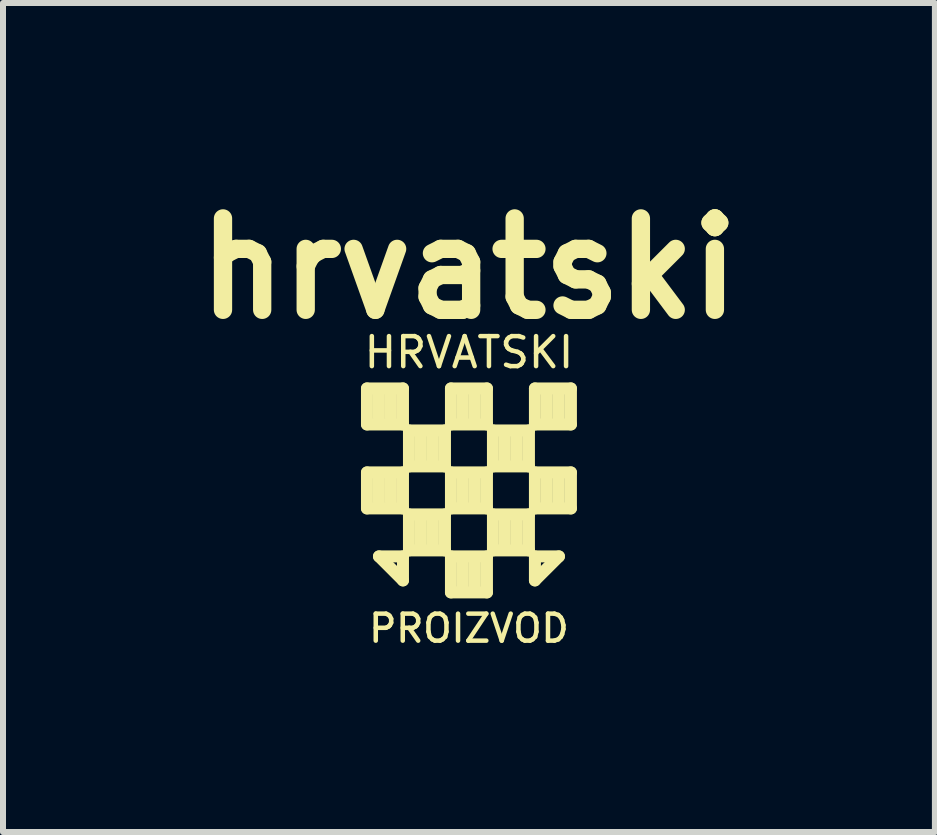
<source format=kicad_pcb>
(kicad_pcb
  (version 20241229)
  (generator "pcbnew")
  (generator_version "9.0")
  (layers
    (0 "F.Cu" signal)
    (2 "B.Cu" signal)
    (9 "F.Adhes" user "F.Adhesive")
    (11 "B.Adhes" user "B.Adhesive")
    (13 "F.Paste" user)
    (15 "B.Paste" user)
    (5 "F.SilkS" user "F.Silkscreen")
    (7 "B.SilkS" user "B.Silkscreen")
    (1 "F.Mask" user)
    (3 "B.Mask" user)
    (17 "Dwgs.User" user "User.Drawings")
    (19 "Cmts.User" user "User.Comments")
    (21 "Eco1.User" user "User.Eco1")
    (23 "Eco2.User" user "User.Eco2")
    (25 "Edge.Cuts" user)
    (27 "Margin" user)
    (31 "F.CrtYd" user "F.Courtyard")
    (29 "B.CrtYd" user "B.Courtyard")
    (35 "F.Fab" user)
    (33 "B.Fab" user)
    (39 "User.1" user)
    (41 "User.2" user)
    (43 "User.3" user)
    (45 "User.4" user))
  (footprint "hrvatski"
    (layer "F.Cu")
    (at 4.768 5.126)
    (property "Reference" "hrvatski" (at 0 -3.7 0) (layer "F.SilkS") (effects (font (size 1.524 1.524) (thickness 0.305))))
    (attr through_hole)
    (fp_line (start -1.7 -1.7) (end -1.1 -1.7) (stroke (width 0.2) (type solid)) (layer "F.SilkS"))
    (fp_line (start -1.7 -1.1) (end -1.7 -1.7) (stroke (width 0.2) (type solid)) (layer "F.SilkS"))
    (fp_line (start -1.7 -0.3) (end -1.1 -0.3) (stroke (width 0.2) (type solid)) (layer "F.SilkS"))
    (fp_line (start -1.7 0.3) (end -1.7 -0.3) (stroke (width 0.2) (type solid)) (layer "F.SilkS"))
    (fp_line (start -1.5 -1.2) (end -1.5 -1.6) (stroke (width 0.2) (type solid)) (layer "F.SilkS"))
    (fp_line (start -1.5 0.2) (end -1.5 -0.2) (stroke (width 0.2) (type solid)) (layer "F.SilkS"))
    (fp_line (start -1.5 1.1) (end -1.1 1.1) (stroke (width 0.2) (type solid)) (layer "F.SilkS"))
    (fp_line (start -1.3 -1.6) (end -1.3 -1.2) (stroke (width 0.2) (type solid)) (layer "F.SilkS"))
    (fp_line (start -1.3 -0.2) (end -1.3 0.2) (stroke (width 0.2) (type solid)) (layer "F.SilkS"))
    (fp_line (start -1.1 -1.7) (end -1.1 -1.1) (stroke (width 0.2) (type solid)) (layer "F.SilkS"))
    (fp_line (start -1.1 -1.1) (end -1.7 -1.1) (stroke (width 0.2) (type solid)) (layer "F.SilkS"))
    (fp_line (start -1.1 -0.3) (end -1.1 0.3) (stroke (width 0.2) (type solid)) (layer "F.SilkS"))
    (fp_line (start -1.1 0.3) (end -1.7 0.3) (stroke (width 0.2) (type solid)) (layer "F.SilkS"))
    (fp_line (start -1.1 1.1) (end -1.1 1.5) (stroke (width 0.2) (type solid)) (layer "F.SilkS"))
    (fp_line (start -1.1 1.5) (end -1.5 1.1) (stroke (width 0.2) (type solid)) (layer "F.SilkS"))
    (fp_line (start -1 -1) (end -1 -0.4) (stroke (width 0.2) (type solid)) (layer "F.SilkS"))
    (fp_line (start -1 -0.4) (end -0.4 -0.4) (stroke (width 0.2) (type solid)) (layer "F.SilkS"))
    (fp_line (start -1 0.4) (end -0.4 0.4) (stroke (width 0.2) (type solid)) (layer "F.SilkS"))
    (fp_line (start -1 1) (end -1 0.4) (stroke (width 0.2) (type solid)) (layer "F.SilkS"))
    (fp_line (start -0.8 -0.5) (end -0.8 -0.9) (stroke (width 0.2) (type solid)) (layer "F.SilkS"))
    (fp_line (start -0.8 0.9) (end -0.8 0.5) (stroke (width 0.2) (type solid)) (layer "F.SilkS"))
    (fp_line (start -0.6 -0.9) (end -0.6 -0.5) (stroke (width 0.2) (type solid)) (layer "F.SilkS"))
    (fp_line (start -0.6 0.5) (end -0.6 0.9) (stroke (width 0.2) (type solid)) (layer "F.SilkS"))
    (fp_line (start -0.4 -1) (end -1 -1) (stroke (width 0.2) (type solid)) (layer "F.SilkS"))
    (fp_line (start -0.4 -0.4) (end -0.4 -1) (stroke (width 0.2) (type solid)) (layer "F.SilkS"))
    (fp_line (start -0.4 0.4) (end -0.4 1) (stroke (width 0.2) (type solid)) (layer "F.SilkS"))
    (fp_line (start -0.4 1) (end -1 1) (stroke (width 0.2) (type solid)) (layer "F.SilkS"))
    (fp_line (start -0.3 -1.7) (end 0.3 -1.7) (stroke (width 0.2) (type solid)) (layer "F.SilkS"))
    (fp_line (start -0.3 -1.1) (end -0.3 -1.7) (stroke (width 0.2) (type solid)) (layer "F.SilkS"))
    (fp_line (start -0.3 -0.3) (end -0.3 0.3) (stroke (width 0.2) (type solid)) (layer "F.SilkS"))
    (fp_line (start -0.3 0.3) (end 0.3 0.3) (stroke (width 0.2) (type solid)) (layer "F.SilkS"))
    (fp_line (start -0.3 1.1) (end -0.3 1.7) (stroke (width 0.2) (type solid)) (layer "F.SilkS"))
    (fp_line (start -0.3 1.7) (end 0.3 1.7) (stroke (width 0.2) (type solid)) (layer "F.SilkS"))
    (fp_line (start -0.1 -1.2) (end -0.1 -1.6) (stroke (width 0.2) (type solid)) (layer "F.SilkS"))
    (fp_line (start -0.1 0.2) (end -0.1 -0.2) (stroke (width 0.2) (type solid)) (layer "F.SilkS"))
    (fp_line (start -0.1 1.6) (end -0.1 1.2) (stroke (width 0.2) (type solid)) (layer "F.SilkS"))
    (fp_line (start 0.1 -1.6) (end 0.1 -1.2) (stroke (width 0.2) (type solid)) (layer "F.SilkS"))
    (fp_line (start 0.1 -0.2) (end 0.1 0.2) (stroke (width 0.2) (type solid)) (layer "F.SilkS"))
    (fp_line (start 0.1 1.2) (end 0.1 1.6) (stroke (width 0.2) (type solid)) (layer "F.SilkS"))
    (fp_line (start 0.3 -1.7) (end 0.3 -1.1) (stroke (width 0.2) (type solid)) (layer "F.SilkS"))
    (fp_line (start 0.3 -1.1) (end -0.3 -1.1) (stroke (width 0.2) (type solid)) (layer "F.SilkS"))
    (fp_line (start 0.3 -0.3) (end -0.3 -0.3) (stroke (width 0.2) (type solid)) (layer "F.SilkS"))
    (fp_line (start 0.3 0.3) (end 0.3 -0.3) (stroke (width 0.2) (type solid)) (layer "F.SilkS"))
    (fp_line (start 0.3 1.1) (end -0.3 1.1) (stroke (width 0.2) (type solid)) (layer "F.SilkS"))
    (fp_line (start 0.3 1.7) (end 0.3 1.1) (stroke (width 0.2) (type solid)) (layer "F.SilkS"))
    (fp_line (start 0.4 -1) (end 0.4 -0.4) (stroke (width 0.2) (type solid)) (layer "F.SilkS"))
    (fp_line (start 0.4 -0.4) (end 1 -0.4) (stroke (width 0.2) (type solid)) (layer "F.SilkS"))
    (fp_line (start 0.4 0.4) (end 1 0.4) (stroke (width 0.2) (type solid)) (layer "F.SilkS"))
    (fp_line (start 0.4 1) (end 0.4 0.4) (stroke (width 0.2) (type solid)) (layer "F.SilkS"))
    (fp_line (start 0.6 -0.5) (end 0.6 -0.9) (stroke (width 0.2) (type solid)) (layer "F.SilkS"))
    (fp_line (start 0.6 0.9) (end 0.6 0.5) (stroke (width 0.2) (type solid)) (layer "F.SilkS"))
    (fp_line (start 0.8 -0.9) (end 0.8 -0.5) (stroke (width 0.2) (type solid)) (layer "F.SilkS"))
    (fp_line (start 0.8 0.5) (end 0.8 0.9) (stroke (width 0.2) (type solid)) (layer "F.SilkS"))
    (fp_line (start 1 -1) (end 0.4 -1) (stroke (width 0.2) (type solid)) (layer "F.SilkS"))
    (fp_line (start 1 -0.4) (end 1 -1) (stroke (width 0.2) (type solid)) (layer "F.SilkS"))
    (fp_line (start 1 0.4) (end 1 1) (stroke (width 0.2) (type solid)) (layer "F.SilkS"))
    (fp_line (start 1 1) (end 0.4 1) (stroke (width 0.2) (type solid)) (layer "F.SilkS"))
    (fp_line (start 1.1 -1.7) (end 1.1 -1.1) (stroke (width 0.2) (type solid)) (layer "F.SilkS"))
    (fp_line (start 1.1 -1.1) (end 1.7 -1.1) (stroke (width 0.2) (type solid)) (layer "F.SilkS"))
    (fp_line (start 1.1 -0.3) (end 1.1 0.3) (stroke (width 0.2) (type solid)) (layer "F.SilkS"))
    (fp_line (start 1.1 0.3) (end 1.7 0.3) (stroke (width 0.2) (type solid)) (layer "F.SilkS"))
    (fp_line (start 1.1 1.1) (end 1.1 1.5) (stroke (width 0.2) (type solid)) (layer "F.SilkS"))
    (fp_line (start 1.1 1.5) (end 1.5 1.1) (stroke (width 0.2) (type solid)) (layer "F.SilkS"))
    (fp_line (start 1.3 -1.2) (end 1.3 -1.6) (stroke (width 0.2) (type solid)) (layer "F.SilkS"))
    (fp_line (start 1.3 0.2) (end 1.3 -0.2) (stroke (width 0.2) (type solid)) (layer "F.SilkS"))
    (fp_line (start 1.5 -1.6) (end 1.5 -1.2) (stroke (width 0.2) (type solid)) (layer "F.SilkS"))
    (fp_line (start 1.5 -0.2) (end 1.5 0.2) (stroke (width 0.2) (type solid)) (layer "F.SilkS"))
    (fp_line (start 1.5 1.1) (end 1.1 1.1) (stroke (width 0.2) (type solid)) (layer "F.SilkS"))
    (fp_line (start 1.7 -1.7) (end 1.1 -1.7) (stroke (width 0.2) (type solid)) (layer "F.SilkS"))
    (fp_line (start 1.7 -1.1) (end 1.7 -1.7) (stroke (width 0.2) (type solid)) (layer "F.SilkS"))
    (fp_line (start 1.7 -0.3) (end 1.1 -0.3) (stroke (width 0.2) (type solid)) (layer "F.SilkS"))
    (fp_line (start 1.7 0.3) (end 1.7 -0.3) (stroke (width 0.2) (type solid)) (layer "F.SilkS"))
    (fp_text user "HRVATSKI" (at 0 -2.3 0) (layer "F.SilkS") (effects (font (size 0.5 0.5) (thickness 0.075))))
    (fp_text user "PROIZVOD" (at 0 2.3 0) (layer "F.SilkS") (effects (font (size 0.45 0.45) (thickness 0.075)))))
  (gr_rect
    (start -3 -3)
    (end 12.536 10.821)
    (stroke (width 0.1) (type default))
    (fill no)
    (layer "Edge.Cuts")))
</source>
